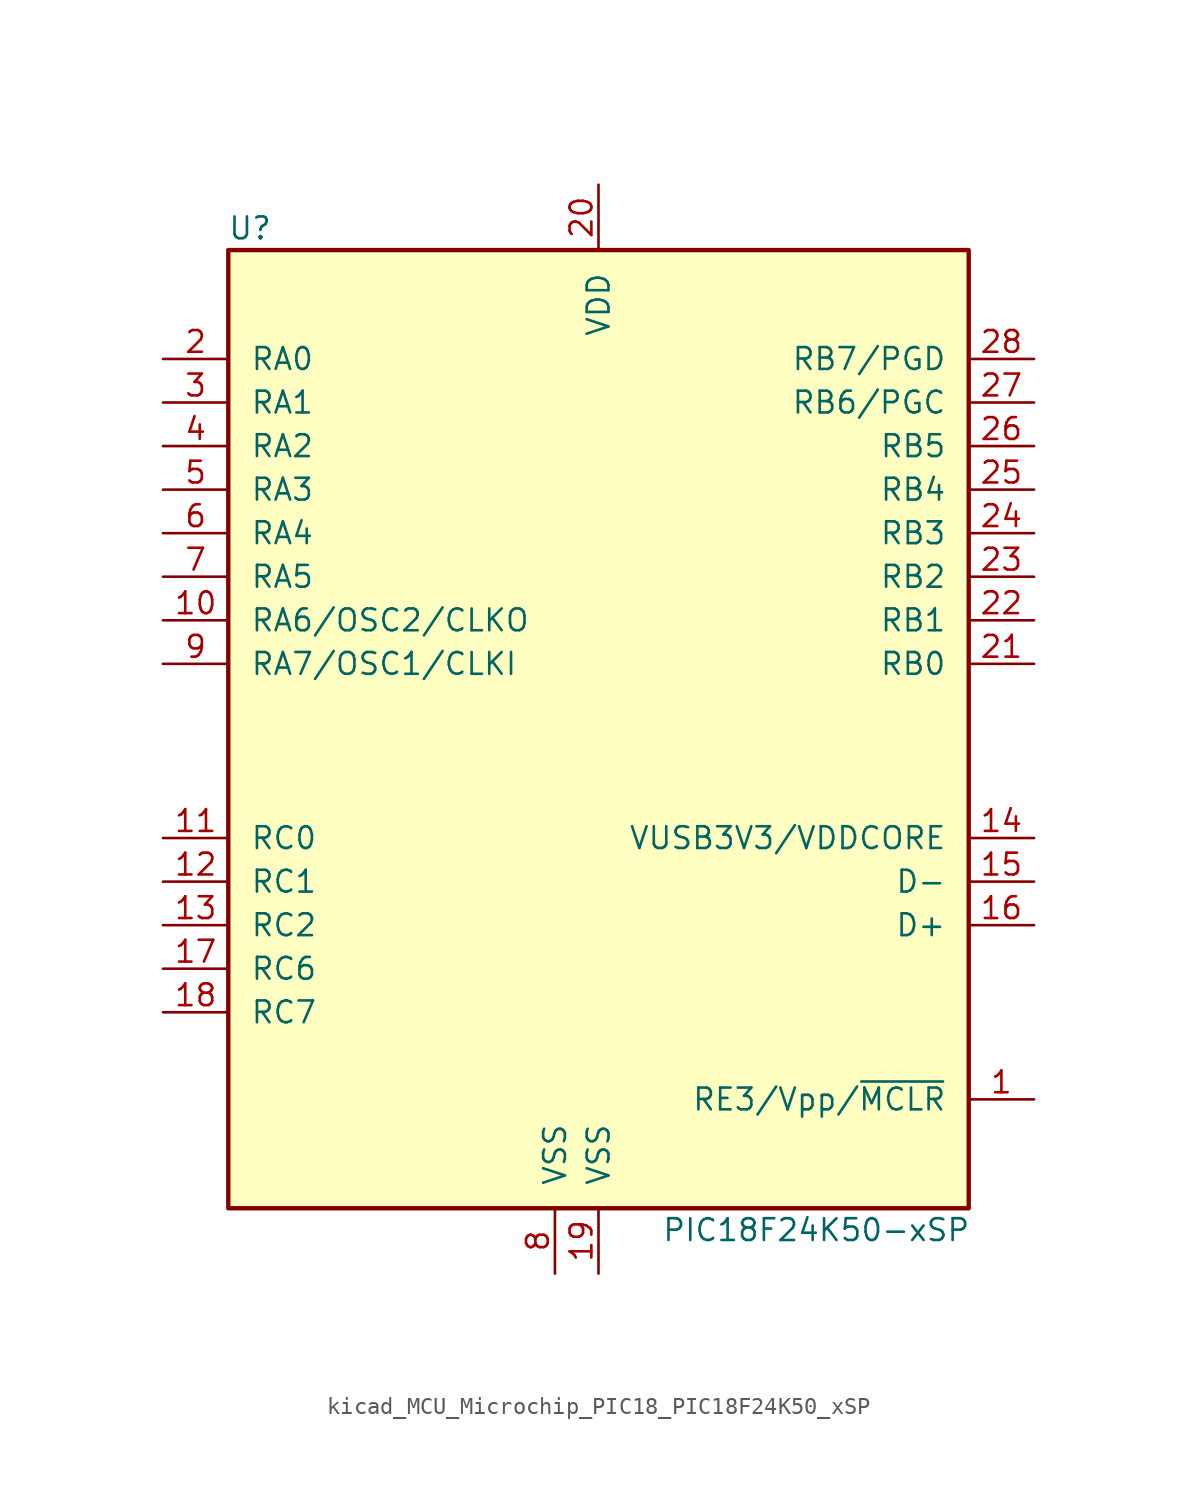
<source format=kicad_sym>
(kicad_symbol_lib
  (version 20220914)
  (generator kicad_symbol_editor)
  (symbol "kicad_MCU_Microchip_PIC18_PIC18F24K50_xSP"
    (pin_names
      (offset 1.27))
    (property "Reference" "U"
      (at -20.32 30.48 0)
      (effects (font (size 1.27 1.27))))
    (property "Value" "PIC18F24K50-xSP"
      (at 12.7 -27.94 0)
      (effects (font (size 1.27 1.27))))
    (symbol "kicad_MCU_Microchip_PIC18_PIC18F24K50_xSP_0_1"
      (rectangle (start -21.59 29.21) (end 21.59 -26.67) (stroke (width 0.254) (type default)) (fill (type background))))
    (symbol "kicad_MCU_Microchip_PIC18_PIC18F24K50_xSP_1_1"
      (pin input line (at 25.4 -20.32 180) (length 3.81) (name "RE3/Vpp/~{MCLR}" (effects (font (size 1.27 1.27)))) (number "1" (effects (font (size 1.27 1.27)))))
      (pin output line (at -25.4 7.62 0) (length 3.81) (name "RA6/OSC2/CLKO" (effects (font (size 1.27 1.27)))) (number "10" (effects (font (size 1.27 1.27)))))
      (pin bidirectional line (at -25.4 -5.08 0) (length 3.81) (name "RC0" (effects (font (size 1.27 1.27)))) (number "11" (effects (font (size 1.27 1.27)))))
      (pin bidirectional line (at -25.4 -7.62 0) (length 3.81) (name "RC1" (effects (font (size 1.27 1.27)))) (number "12" (effects (font (size 1.27 1.27)))))
      (pin bidirectional line (at -25.4 -10.16 0) (length 3.81) (name "RC2" (effects (font (size 1.27 1.27)))) (number "13" (effects (font (size 1.27 1.27)))))
      (pin bidirectional line (at 25.4 -5.08 180) (length 3.81) (name "VUSB3V3/VDDCORE" (effects (font (size 1.27 1.27)))) (number "14" (effects (font (size 1.27 1.27)))))
      (pin bidirectional line (at 25.4 -7.62 180) (length 3.81) (name "D-" (effects (font (size 1.27 1.27)))) (number "15" (effects (font (size 1.27 1.27)))))
      (pin bidirectional line (at 25.4 -10.16 180) (length 3.81) (name "D+" (effects (font (size 1.27 1.27)))) (number "16" (effects (font (size 1.27 1.27)))))
      (pin bidirectional line (at -25.4 -12.7 0) (length 3.81) (name "RC6" (effects (font (size 1.27 1.27)))) (number "17" (effects (font (size 1.27 1.27)))))
      (pin bidirectional line (at -25.4 -15.24 0) (length 3.81) (name "RC7" (effects (font (size 1.27 1.27)))) (number "18" (effects (font (size 1.27 1.27)))))
      (pin power_in line (at 0 -30.48 90) (length 3.81) (name "VSS" (effects (font (size 1.27 1.27)))) (number "19" (effects (font (size 1.27 1.27)))))
      (pin bidirectional line (at -25.4 22.86 0) (length 3.81) (name "RA0" (effects (font (size 1.27 1.27)))) (number "2" (effects (font (size 1.27 1.27)))))
      (pin power_in line (at 0 33.02 270) (length 3.81) (name "VDD" (effects (font (size 1.27 1.27)))) (number "20" (effects (font (size 1.27 1.27)))))
      (pin bidirectional line (at 25.4 5.08 180) (length 3.81) (name "RB0" (effects (font (size 1.27 1.27)))) (number "21" (effects (font (size 1.27 1.27)))))
      (pin bidirectional line (at 25.4 7.62 180) (length 3.81) (name "RB1" (effects (font (size 1.27 1.27)))) (number "22" (effects (font (size 1.27 1.27)))))
      (pin bidirectional line (at 25.4 10.16 180) (length 3.81) (name "RB2" (effects (font (size 1.27 1.27)))) (number "23" (effects (font (size 1.27 1.27)))))
      (pin bidirectional line (at 25.4 12.7 180) (length 3.81) (name "RB3" (effects (font (size 1.27 1.27)))) (number "24" (effects (font (size 1.27 1.27)))))
      (pin bidirectional line (at 25.4 15.24 180) (length 3.81) (name "RB4" (effects (font (size 1.27 1.27)))) (number "25" (effects (font (size 1.27 1.27)))))
      (pin bidirectional line (at 25.4 17.78 180) (length 3.81) (name "RB5" (effects (font (size 1.27 1.27)))) (number "26" (effects (font (size 1.27 1.27)))))
      (pin bidirectional line (at 25.4 20.32 180) (length 3.81) (name "RB6/PGC" (effects (font (size 1.27 1.27)))) (number "27" (effects (font (size 1.27 1.27)))))
      (pin bidirectional line (at 25.4 22.86 180) (length 3.81) (name "RB7/PGD" (effects (font (size 1.27 1.27)))) (number "28" (effects (font (size 1.27 1.27)))))
      (pin bidirectional line (at -25.4 20.32 0) (length 3.81) (name "RA1" (effects (font (size 1.27 1.27)))) (number "3" (effects (font (size 1.27 1.27)))))
      (pin bidirectional line (at -25.4 17.78 0) (length 3.81) (name "RA2" (effects (font (size 1.27 1.27)))) (number "4" (effects (font (size 1.27 1.27)))))
      (pin bidirectional line (at -25.4 15.24 0) (length 3.81) (name "RA3" (effects (font (size 1.27 1.27)))) (number "5" (effects (font (size 1.27 1.27)))))
      (pin bidirectional line (at -25.4 12.7 0) (length 3.81) (name "RA4" (effects (font (size 1.27 1.27)))) (number "6" (effects (font (size 1.27 1.27)))))
      (pin bidirectional line (at -25.4 10.16 0) (length 3.81) (name "RA5" (effects (font (size 1.27 1.27)))) (number "7" (effects (font (size 1.27 1.27)))))
      (pin power_in line (at -2.54 -30.48 90) (length 3.81) (name "VSS" (effects (font (size 1.27 1.27)))) (number "8" (effects (font (size 1.27 1.27)))))
      (pin input line (at -25.4 5.08 0) (length 3.81) (name "RA7/OSC1/CLKI" (effects (font (size 1.27 1.27)))) (number "9" (effects (font (size 1.27 1.27))))))))
</source>
